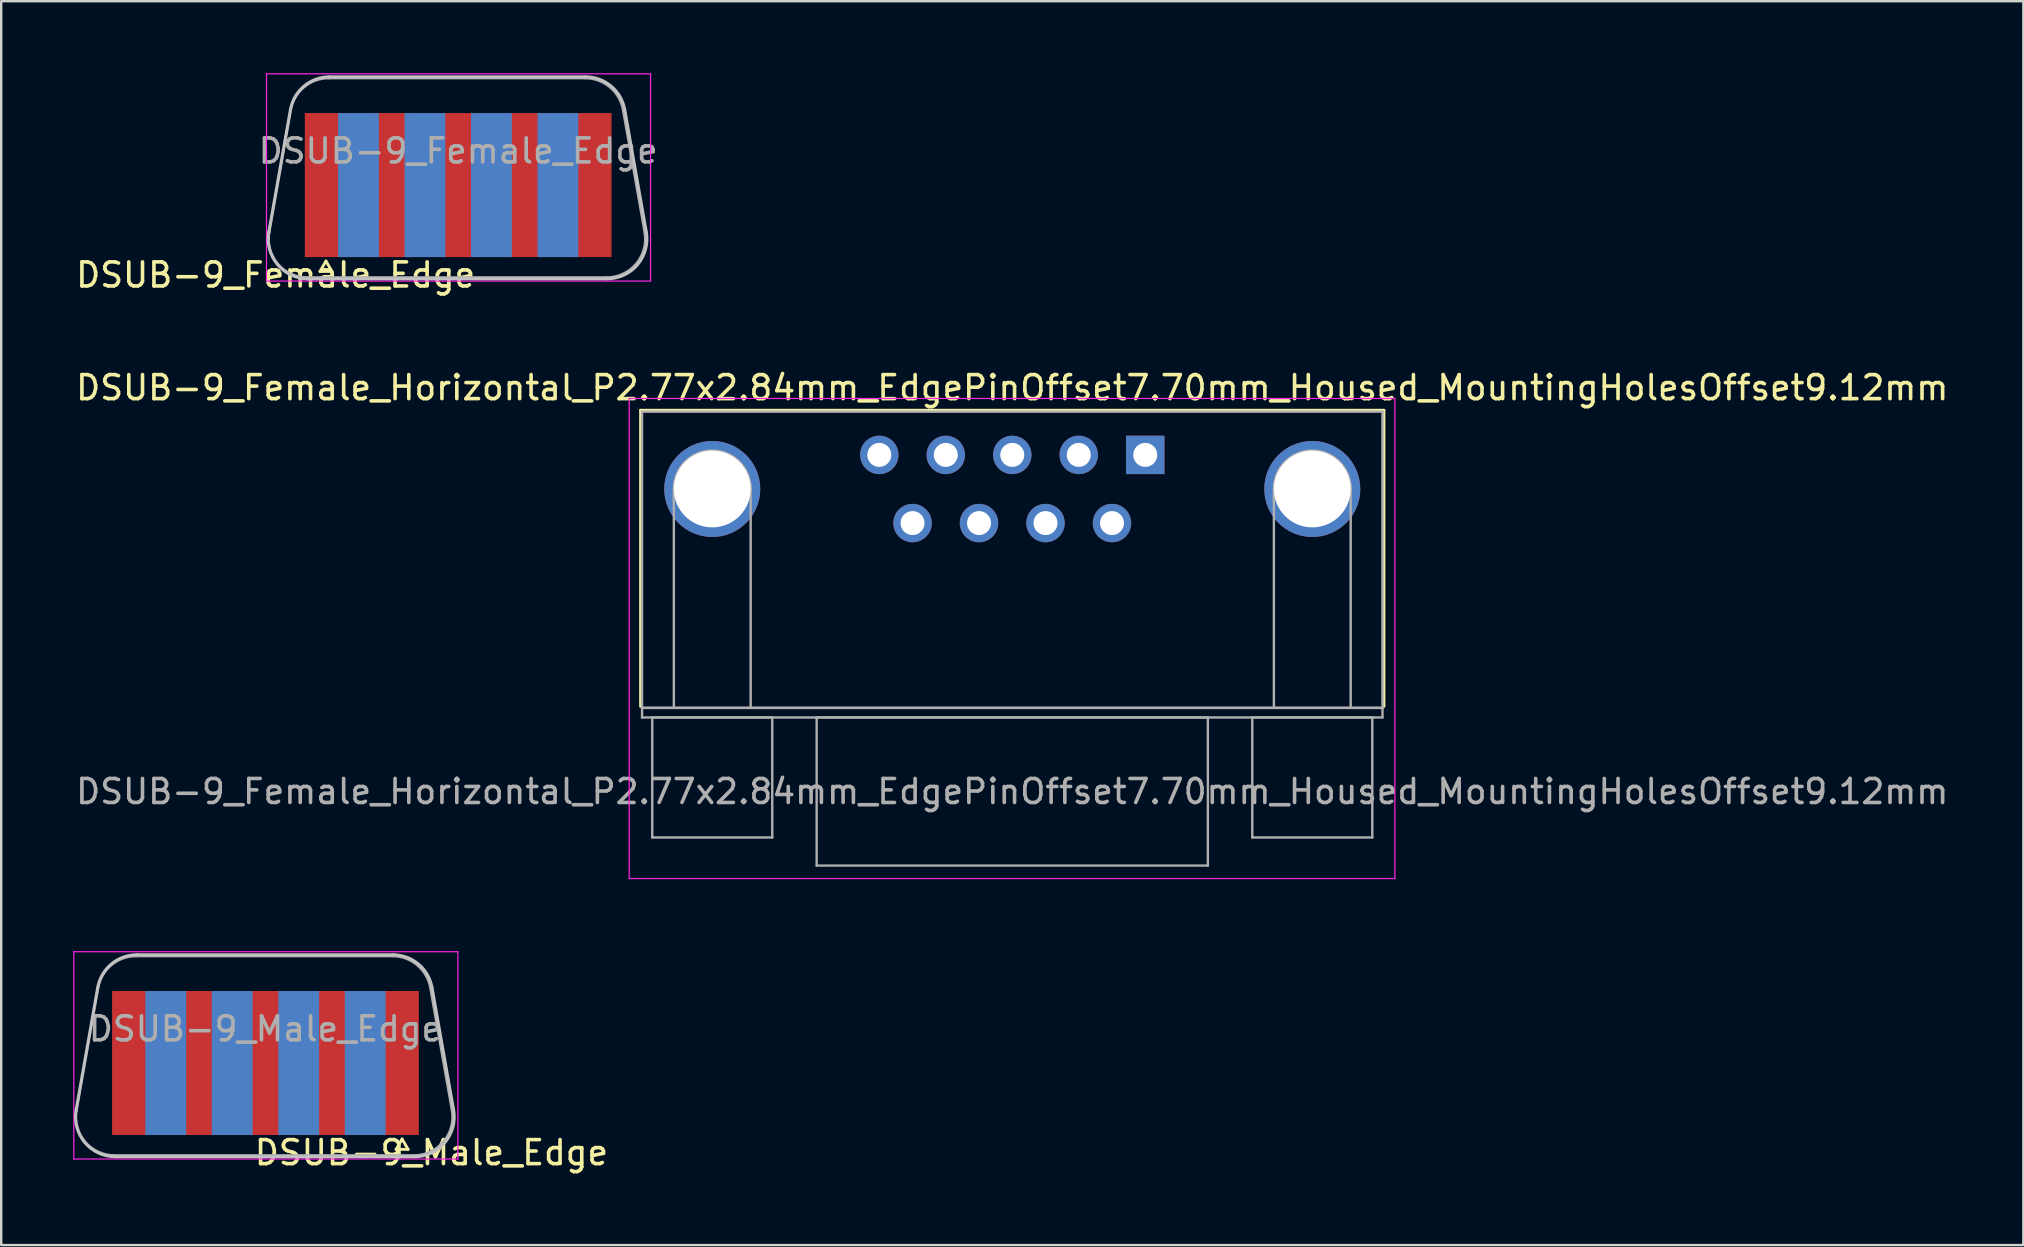
<source format=kicad_pcb>
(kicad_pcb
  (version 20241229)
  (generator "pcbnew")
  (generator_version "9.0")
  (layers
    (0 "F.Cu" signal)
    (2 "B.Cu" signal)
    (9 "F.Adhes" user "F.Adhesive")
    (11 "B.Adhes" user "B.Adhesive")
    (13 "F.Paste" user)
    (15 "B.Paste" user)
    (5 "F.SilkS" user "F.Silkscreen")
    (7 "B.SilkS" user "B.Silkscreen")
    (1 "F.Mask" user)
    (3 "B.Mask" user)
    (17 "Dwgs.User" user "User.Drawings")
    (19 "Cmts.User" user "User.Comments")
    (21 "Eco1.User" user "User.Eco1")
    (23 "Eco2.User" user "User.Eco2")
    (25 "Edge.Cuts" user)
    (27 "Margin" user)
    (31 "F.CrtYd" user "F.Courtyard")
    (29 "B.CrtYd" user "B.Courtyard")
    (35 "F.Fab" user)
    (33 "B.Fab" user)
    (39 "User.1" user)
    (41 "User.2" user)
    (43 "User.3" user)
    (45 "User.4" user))
  (footprint "DSUB-9_Male_Edge"
    (layer "F.Cu")
    (at 8.026 41.175)
    (property "Reference" "DSUB-9_Male_Edge" (at 6.9 3.8 180) (layer "F.SilkS") (effects (font (size 1 1) (thickness 0.15))))
    (attr through_hole)
    (fp_line (start 5.426 3.663) (end 5.676 3.23) (stroke (width 0.12) (type solid)) (layer "F.SilkS"))
    (fp_line (start 5.676 3.23) (end 5.926 3.663) (stroke (width 0.12) (type solid)) (layer "F.SilkS"))
    (fp_line (start 5.926 3.663) (end 5.426 3.663) (stroke (width 0.12) (type solid)) (layer "F.SilkS"))
    (fp_line (start -7.907 2.023) (end -7.008 -3.077) (stroke (width 0.12) (type solid)) (layer "Dwgs.User"))
    (fp_line (start 5.292 -4.449) (end -5.373 -4.449) (stroke (width 0.12) (type solid)) (layer "Dwgs.User"))
    (fp_line (start 6.191 3.971) (end -6.273 3.971) (stroke (width 0.12) (type solid)) (layer "Dwgs.User"))
    (fp_line (start 7.826 2.023) (end 6.926 -3.077) (stroke (width 0.12) (type solid)) (layer "Dwgs.User"))
    (fp_arc (start -7.008102 -3.077156) (mid -6.440349 -4.060534) (end -5.373321 -4.4489) (stroke (width 0.12) (type solid)) (layer "Dwgs.User"))
    (fp_arc (start -6.272589 3.9711) (mid -7.544223 3.378127) (end -7.90737 2.022844) (stroke (width 0.12) (type solid)) (layer "Dwgs.User"))
    (fp_arc (start 5.291521 -4.4489) (mid 6.358548 -4.060534) (end 6.926302 -3.077156) (stroke (width 0.12) (type solid)) (layer "Dwgs.User"))
    (fp_arc (start 7.82557 2.022844) (mid 7.462423 3.378128) (end 6.190789 3.9711) (stroke (width 0.12) (type solid)) (layer "Dwgs.User"))
    (fp_line (start -8.001 -4.572) (end -8.001 4.064) (stroke (width 0.05) (type solid)) (layer "F.CrtYd"))
    (fp_line (start -8.001 4.064) (end 8.001 4.064) (stroke (width 0.05) (type solid)) (layer "F.CrtYd"))
    (fp_line (start 8.001 -4.572) (end -8.001 -4.572) (stroke (width 0.05) (type solid)) (layer "F.CrtYd"))
    (fp_line (start 8.001 4.064) (end 8.001 -4.572) (stroke (width 0.05) (type solid)) (layer "F.CrtYd"))
    (fp_line (start -7.885 2.033) (end -6.986 -3.067) (stroke (width 0.1) (type solid)) (layer "F.Fab"))
    (fp_line (start 5.278 -4.389) (end -5.41 -4.389) (stroke (width 0.1) (type solid)) (layer "F.Fab"))
    (fp_line (start 6.177 3.911) (end -6.309 3.911) (stroke (width 0.1) (type solid)) (layer "F.Fab"))
    (fp_line (start 7.753 2.033) (end 6.853 -3.067) (stroke (width 0.1) (type solid)) (layer "F.Fab"))
    (fp_arc (start -6.985919 -3.066737) (mid -6.438687 -4.014571) (end -5.410227 -4.3889) (stroke (width 0.1) (type solid)) (layer "F.Fab"))
    (fp_arc (start -6.309494 3.9111) (mid -7.535165 3.33956) (end -7.885186 2.033263) (stroke (width 0.1) (type solid)) (layer "F.Fab"))
    (fp_arc (start 5.277627 -4.3889) (mid 6.306087 -4.014571) (end 6.853319 -3.066737) (stroke (width 0.1) (type solid)) (layer "F.Fab"))
    (fp_arc (start 7.752586 2.033263) (mid 7.402565 3.33956) (end 6.176894 3.9111) (stroke (width 0.1) (type solid)) (layer "F.Fab"))
    (fp_text user "${REFERENCE}" (at -0.015 -1.357 180) (layer "F.Fab") (effects (font (size 1 1) (thickness 0.15))))
    (pad "1" smd rect (at 5.524 0.064 180) (size 1.7 6) (layers "F.Cu" "F.Mask" "F.Paste"))
    (pad "2" smd rect (at 2.755 0.064 180) (size 1.7 6) (layers "F.Cu" "F.Mask" "F.Paste"))
    (pad "3" smd rect (at -0.015 0.064 180) (size 1.7 6) (layers "F.Cu" "F.Mask" "F.Paste"))
    (pad "4" smd rect (at -2.785 0.064 180) (size 1.7 6) (layers "F.Cu" "F.Mask" "F.Paste"))
    (pad "5" smd rect (at -5.556 0.064 180) (size 1.7 6) (layers "F.Cu" "F.Mask" "F.Paste"))
    (pad "6" smd rect (at 4.139 0.064 180) (size 1.7 6) (layers "B.Cu" "B.Mask" "B.Paste"))
    (pad "7" smd rect (at 1.369 0.064 180) (size 1.7 6) (layers "B.Cu" "B.Mask" "B.Paste"))
    (pad "8" smd rect (at -1.401 0.064 180) (size 1.7 6) (layers "B.Cu" "B.Mask" "B.Paste"))
    (pad "9" smd rect (at -4.17 0.064 180) (size 1.7 6) (layers "B.Cu" "B.Mask" "B.Paste")))
  (footprint "DSUB-9_Female_Horizontal_P2.77x2.84mm_EdgePinOffset7.70mm_Housed_MountingHolesOffset9.12mm"
    (layer "F.Cu")
    (at 44.665 15.903)
    (property "Reference" "DSUB-9_Female_Horizontal_P2.77x2.84mm_EdgePinOffset7.70mm_Housed_MountingHolesOffset9.12mm" (at -5.54 -2.8 0) (layer "F.SilkS") (effects (font (size 1 1) (thickness 0.15))))
    (attr through_hole)
    (fp_line (start -21.025 -1.86) (end 9.945 -1.86) (stroke (width 0.12) (type solid)) (layer "F.SilkS"))
    (fp_line (start -21.025 10.48) (end -21.025 -1.86) (stroke (width 0.12) (type solid)) (layer "F.SilkS"))
    (fp_line (start 9.945 -1.86) (end 9.945 10.48) (stroke (width 0.12) (type solid)) (layer "F.SilkS"))
    (fp_line (start -21.5 -2.35) (end -21.5 17.65) (stroke (width 0.05) (type solid)) (layer "F.CrtYd"))
    (fp_line (start -21.5 17.65) (end 10.4 17.65) (stroke (width 0.05) (type solid)) (layer "F.CrtYd"))
    (fp_line (start 10.4 -2.35) (end -21.5 -2.35) (stroke (width 0.05) (type solid)) (layer "F.CrtYd"))
    (fp_line (start 10.4 17.65) (end 10.4 -2.35) (stroke (width 0.05) (type solid)) (layer "F.CrtYd"))
    (fp_line (start -20.965 -1.8) (end -20.965 10.54) (stroke (width 0.1) (type solid)) (layer "F.Fab"))
    (fp_line (start -20.965 10.54) (end -20.965 10.94) (stroke (width 0.1) (type solid)) (layer "F.Fab"))
    (fp_line (start -20.965 10.54) (end 9.885 10.54) (stroke (width 0.1) (type solid)) (layer "F.Fab"))
    (fp_line (start -20.965 10.94) (end 9.885 10.94) (stroke (width 0.1) (type solid)) (layer "F.Fab"))
    (fp_line (start -20.54 10.94) (end -20.54 15.94) (stroke (width 0.1) (type solid)) (layer "F.Fab"))
    (fp_line (start -20.54 15.94) (end -15.54 15.94) (stroke (width 0.1) (type solid)) (layer "F.Fab"))
    (fp_line (start -19.64 10.54) (end -19.64 1.42) (stroke (width 0.1) (type solid)) (layer "F.Fab"))
    (fp_line (start -16.44 10.54) (end -16.44 1.42) (stroke (width 0.1) (type solid)) (layer "F.Fab"))
    (fp_line (start -15.54 10.94) (end -20.54 10.94) (stroke (width 0.1) (type solid)) (layer "F.Fab"))
    (fp_line (start -15.54 15.94) (end -15.54 10.94) (stroke (width 0.1) (type solid)) (layer "F.Fab"))
    (fp_line (start -13.69 10.94) (end -13.69 17.11) (stroke (width 0.1) (type solid)) (layer "F.Fab"))
    (fp_line (start -13.69 17.11) (end 2.61 17.11) (stroke (width 0.1) (type solid)) (layer "F.Fab"))
    (fp_line (start 2.61 10.94) (end -13.69 10.94) (stroke (width 0.1) (type solid)) (layer "F.Fab"))
    (fp_line (start 2.61 17.11) (end 2.61 10.94) (stroke (width 0.1) (type solid)) (layer "F.Fab"))
    (fp_line (start 4.46 10.94) (end 4.46 15.94) (stroke (width 0.1) (type solid)) (layer "F.Fab"))
    (fp_line (start 4.46 15.94) (end 9.46 15.94) (stroke (width 0.1) (type solid)) (layer "F.Fab"))
    (fp_line (start 5.36 10.54) (end 5.36 1.42) (stroke (width 0.1) (type solid)) (layer "F.Fab"))
    (fp_line (start 8.56 10.54) (end 8.56 1.42) (stroke (width 0.1) (type solid)) (layer "F.Fab"))
    (fp_line (start 9.46 10.94) (end 4.46 10.94) (stroke (width 0.1) (type solid)) (layer "F.Fab"))
    (fp_line (start 9.46 15.94) (end 9.46 10.94) (stroke (width 0.1) (type solid)) (layer "F.Fab"))
    (fp_line (start 9.885 -1.8) (end -20.965 -1.8) (stroke (width 0.1) (type solid)) (layer "F.Fab"))
    (fp_line (start 9.885 10.54) (end -20.965 10.54) (stroke (width 0.1) (type solid)) (layer "F.Fab"))
    (fp_line (start 9.885 10.54) (end 9.885 -1.8) (stroke (width 0.1) (type solid)) (layer "F.Fab"))
    (fp_line (start 9.885 10.94) (end 9.885 10.54) (stroke (width 0.1) (type solid)) (layer "F.Fab"))
    (fp_arc (start -19.64 1.42) (mid -18.04 -0.18) (end -16.44 1.42) (stroke (width 0.1) (type solid)) (layer "F.Fab"))
    (fp_arc (start 5.36 1.42) (mid 6.96 -0.18) (end 8.56 1.42) (stroke (width 0.1) (type solid)) (layer "F.Fab"))
    (fp_text user "${REFERENCE}" (at -5.54 14.025 0) (layer "F.Fab") (effects (font (size 1 1) (thickness 0.15))))
    (pad "0" thru_hole circle (at -18.04 1.42) (size 4 4) (drill 3.2) (layers "*.Cu" "*.Mask"))
    (pad "0" thru_hole circle (at 6.96 1.42) (size 4 4) (drill 3.2) (layers "*.Cu" "*.Mask"))
    (pad "1" thru_hole rect (at 0 0) (size 1.6 1.6) (drill 1) (layers "*.Cu" "*.Mask"))
    (pad "2" thru_hole circle (at -2.77 0) (size 1.6 1.6) (drill 1) (layers "*.Cu" "*.Mask"))
    (pad "3" thru_hole circle (at -5.54 0) (size 1.6 1.6) (drill 1) (layers "*.Cu" "*.Mask"))
    (pad "4" thru_hole circle (at -8.31 0) (size 1.6 1.6) (drill 1) (layers "*.Cu" "*.Mask"))
    (pad "5" thru_hole circle (at -11.08 0) (size 1.6 1.6) (drill 1) (layers "*.Cu" "*.Mask"))
    (pad "6" thru_hole circle (at -1.385 2.84) (size 1.6 1.6) (drill 1) (layers "*.Cu" "*.Mask"))
    (pad "7" thru_hole circle (at -4.155 2.84) (size 1.6 1.6) (drill 1) (layers "*.Cu" "*.Mask"))
    (pad "8" thru_hole circle (at -6.925 2.84) (size 1.6 1.6) (drill 1) (layers "*.Cu" "*.Mask"))
    (pad "9" thru_hole circle (at -9.695 2.84) (size 1.6 1.6) (drill 1) (layers "*.Cu" "*.Mask")))
  (footprint "DSUB-9_Female_Edge"
    (layer "F.Cu")
    (at 16.055 4.597)
    (property "Reference" "DSUB-9_Female_Edge" (at -7.62 3.81 180) (layer "F.SilkS") (effects (font (size 1 1) (thickness 0.15))))
    (attr through_hole)
    (fp_line (start -5.774 3.663) (end -5.524 3.23) (stroke (width 0.12) (type solid)) (layer "F.SilkS"))
    (fp_line (start -5.524 3.23) (end -5.274 3.663) (stroke (width 0.12) (type solid)) (layer "F.SilkS"))
    (fp_line (start -5.274 3.663) (end -5.774 3.663) (stroke (width 0.12) (type solid)) (layer "F.SilkS"))
    (fp_line (start -7.907 2.023) (end -7.008 -3.077) (stroke (width 0.12) (type solid)) (layer "Dwgs.User"))
    (fp_line (start 5.292 -4.449) (end -5.373 -4.449) (stroke (width 0.12) (type solid)) (layer "Dwgs.User"))
    (fp_line (start 6.191 3.971) (end -6.273 3.971) (stroke (width 0.12) (type solid)) (layer "Dwgs.User"))
    (fp_line (start 7.826 2.023) (end 6.926 -3.077) (stroke (width 0.12) (type solid)) (layer "Dwgs.User"))
    (fp_arc (start -7.008102 -3.077156) (mid -6.440349 -4.060534) (end -5.373321 -4.4489) (stroke (width 0.12) (type solid)) (layer "Dwgs.User"))
    (fp_arc (start -6.272589 3.9711) (mid -7.544223 3.378127) (end -7.90737 2.022844) (stroke (width 0.12) (type solid)) (layer "Dwgs.User"))
    (fp_arc (start 5.291521 -4.4489) (mid 6.358548 -4.060534) (end 6.926302 -3.077156) (stroke (width 0.12) (type solid)) (layer "Dwgs.User"))
    (fp_arc (start 7.82557 2.022844) (mid 7.462423 3.378128) (end 6.190789 3.9711) (stroke (width 0.12) (type solid)) (layer "Dwgs.User"))
    (fp_line (start -8.001 -4.572) (end -8.001 4.064) (stroke (width 0.05) (type solid)) (layer "F.CrtYd"))
    (fp_line (start -8.001 4.064) (end 8.001 4.064) (stroke (width 0.05) (type solid)) (layer "F.CrtYd"))
    (fp_line (start 8.001 -4.572) (end -8.001 -4.572) (stroke (width 0.05) (type solid)) (layer "F.CrtYd"))
    (fp_line (start 8.001 4.064) (end 8.001 -4.572) (stroke (width 0.05) (type solid)) (layer "F.CrtYd"))
    (fp_line (start -7.885 2.033) (end -6.986 -3.067) (stroke (width 0.1) (type solid)) (layer "F.Fab"))
    (fp_line (start 5.278 -4.389) (end -5.41 -4.389) (stroke (width 0.1) (type solid)) (layer "F.Fab"))
    (fp_line (start 6.177 3.911) (end -6.309 3.911) (stroke (width 0.1) (type solid)) (layer "F.Fab"))
    (fp_line (start 7.753 2.033) (end 6.853 -3.067) (stroke (width 0.1) (type solid)) (layer "F.Fab"))
    (fp_arc (start -6.985919 -3.066737) (mid -6.438687 -4.014571) (end -5.410227 -4.3889) (stroke (width 0.1) (type solid)) (layer "F.Fab"))
    (fp_arc (start -6.309494 3.9111) (mid -7.535165 3.33956) (end -7.885186 2.033263) (stroke (width 0.1) (type solid)) (layer "F.Fab"))
    (fp_arc (start 5.277627 -4.3889) (mid 6.306087 -4.014571) (end 6.853319 -3.066737) (stroke (width 0.1) (type solid)) (layer "F.Fab"))
    (fp_arc (start 7.752586 2.033263) (mid 7.402565 3.33956) (end 6.176894 3.9111) (stroke (width 0.1) (type solid)) (layer "F.Fab"))
    (fp_text user "${REFERENCE}" (at -0.015 -1.357 180) (layer "F.Fab") (effects (font (size 1 1) (thickness 0.15))))
    (pad "1" smd rect (at -5.556 0.064 180) (size 1.7 6) (layers "F.Cu" "F.Mask" "F.Paste"))
    (pad "2" smd rect (at -2.785 0.064 180) (size 1.7 6) (layers "F.Cu" "F.Mask" "F.Paste"))
    (pad "3" smd rect (at -0.015 0.064 180) (size 1.7 6) (layers "F.Cu" "F.Mask" "F.Paste"))
    (pad "4" smd rect (at 2.755 0.064 180) (size 1.7 6) (layers "F.Cu" "F.Mask" "F.Paste"))
    (pad "5" smd rect (at 5.524 0.064 180) (size 1.7 6) (layers "F.Cu" "F.Mask" "F.Paste"))
    (pad "6" smd rect (at -4.17 0.064 180) (size 1.7 6) (layers "B.Cu" "B.Mask" "B.Paste"))
    (pad "7" smd rect (at -1.401 0.064 180) (size 1.7 6) (layers "B.Cu" "B.Mask" "B.Paste"))
    (pad "8" smd rect (at 1.369 0.064 180) (size 1.7 6) (layers "B.Cu" "B.Mask" "B.Paste"))
    (pad "9" smd rect (at 4.139 0.064 180) (size 1.7 6) (layers "B.Cu" "B.Mask" "B.Paste")))
  (gr_rect
    (start -3 -3)
    (end 81.25 48.824)
    (stroke (width 0.1) (type default))
    (fill no)
    (layer "Edge.Cuts")))
</source>
